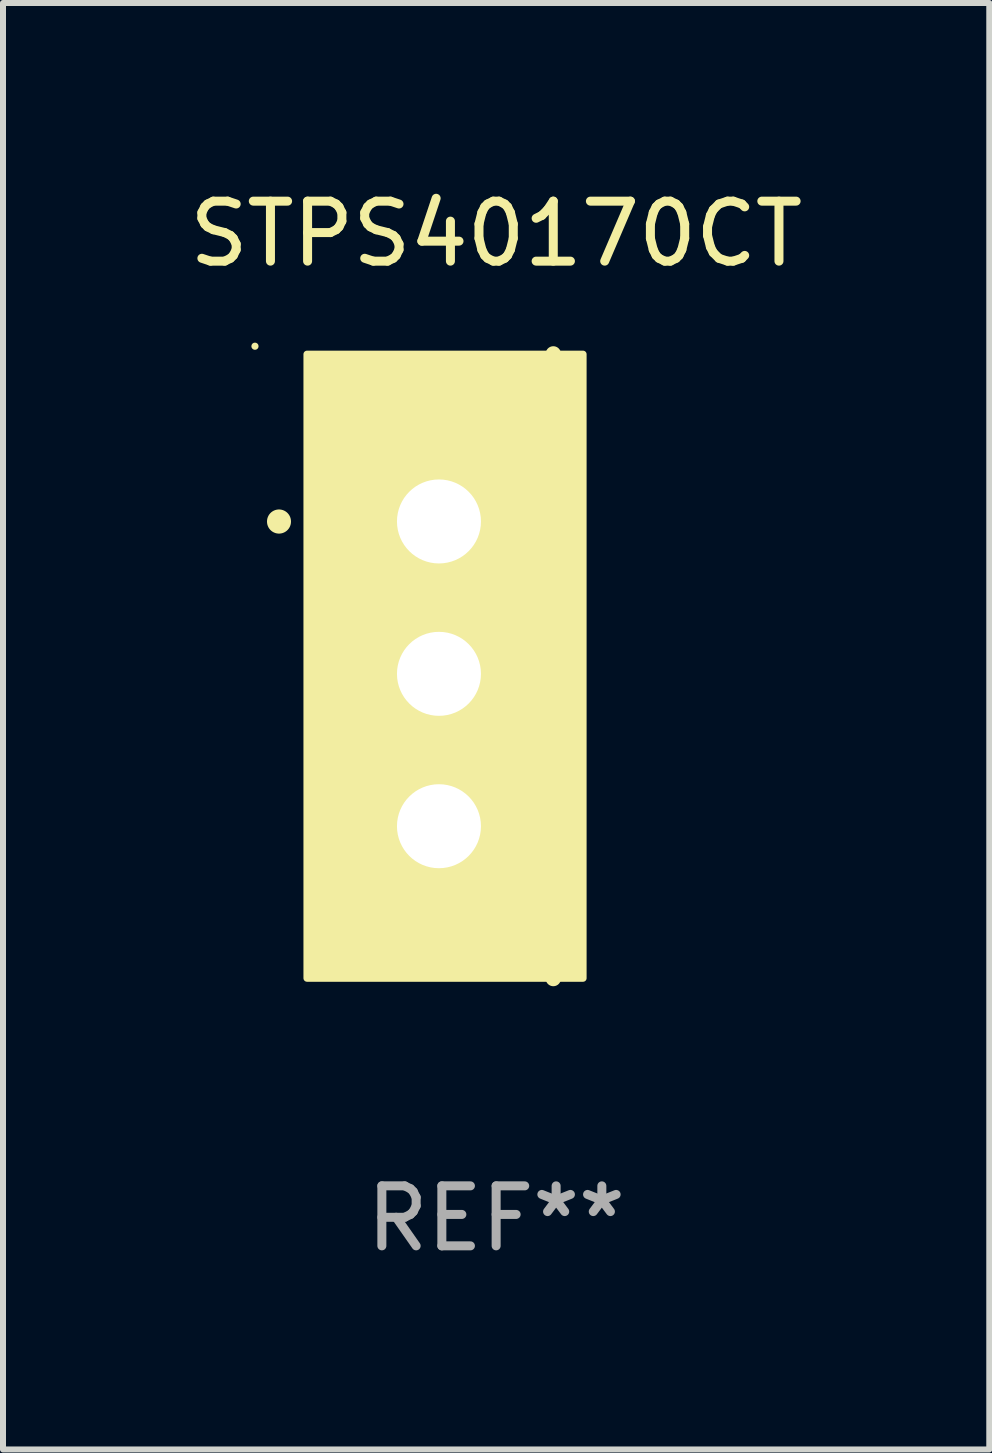
<source format=kicad_pcb>
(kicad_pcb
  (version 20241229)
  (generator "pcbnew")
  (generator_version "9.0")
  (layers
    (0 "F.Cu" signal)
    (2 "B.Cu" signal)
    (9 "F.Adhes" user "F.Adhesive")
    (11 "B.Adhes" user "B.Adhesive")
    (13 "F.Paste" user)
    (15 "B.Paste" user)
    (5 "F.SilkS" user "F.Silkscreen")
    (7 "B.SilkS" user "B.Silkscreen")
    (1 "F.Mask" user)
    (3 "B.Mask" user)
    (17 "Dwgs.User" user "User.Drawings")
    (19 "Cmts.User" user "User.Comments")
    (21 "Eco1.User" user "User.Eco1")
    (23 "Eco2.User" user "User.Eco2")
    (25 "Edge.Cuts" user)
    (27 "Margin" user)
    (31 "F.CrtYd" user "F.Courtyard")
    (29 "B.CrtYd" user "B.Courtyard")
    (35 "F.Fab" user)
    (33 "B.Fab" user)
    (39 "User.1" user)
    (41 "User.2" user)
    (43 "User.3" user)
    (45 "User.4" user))
  (footprint "STPS40170CT"
    (layer "F.Cu")
    (at 5.22 8.055)
    (property "Reference" "STPS40170CT" (at 0 -7.207 0) (layer "F.SilkS") (effects (font (size 1 1) (thickness 0.15))))
    (attr through_hole)
    (fp_line (start 0.953 5.207) (end 0.953 -5.207) (stroke (width 0.254) (type solid)) (layer "F.SilkS"))
    (fp_arc (start -3.619507 -2.410465) (mid -3.619511 -2.411735) (end -3.619507 -2.413005) (stroke (width 0.4) (type solid)) (layer "F.SilkS"))
    (fp_circle (center -4.02 -5.334) (end -3.99 -5.334) (stroke (width 0.06) (type solid)) (fill no) (layer "F.SilkS"))
    (fp_poly (pts (xy -3.152 -5.2) (xy 1.448 -5.2) (xy 1.448 5.2) (xy -3.152 5.2)) (stroke (width 0.12) (type solid)) (fill yes) (layer "F.SilkS"))
    (fp_text user "REF**" (at 0 9.207 0) (layer "F.Fab") (effects (font (size 1 1) (thickness 0.15))))
    (pad "1" thru_hole rect (at -0.953 -2.413 270) (size 2 2.5) (drill 1.4) (layers "*.Cu" "*.Mask"))
    (pad "2" thru_hole oval (at -0.953 0.127 270) (size 2 2.5) (drill 1.4) (layers "*.Cu" "*.Mask"))
    (pad "3" thru_hole oval (at -0.953 2.667 270) (size 2 2.5) (drill 1.4) (layers "*.Cu" "*.Mask")))
  (gr_rect
    (start -3 -3)
    (end 13.44 21.111)
    (stroke (width 0.1) (type default))
    (fill no)
    (layer "Edge.Cuts")))
</source>
